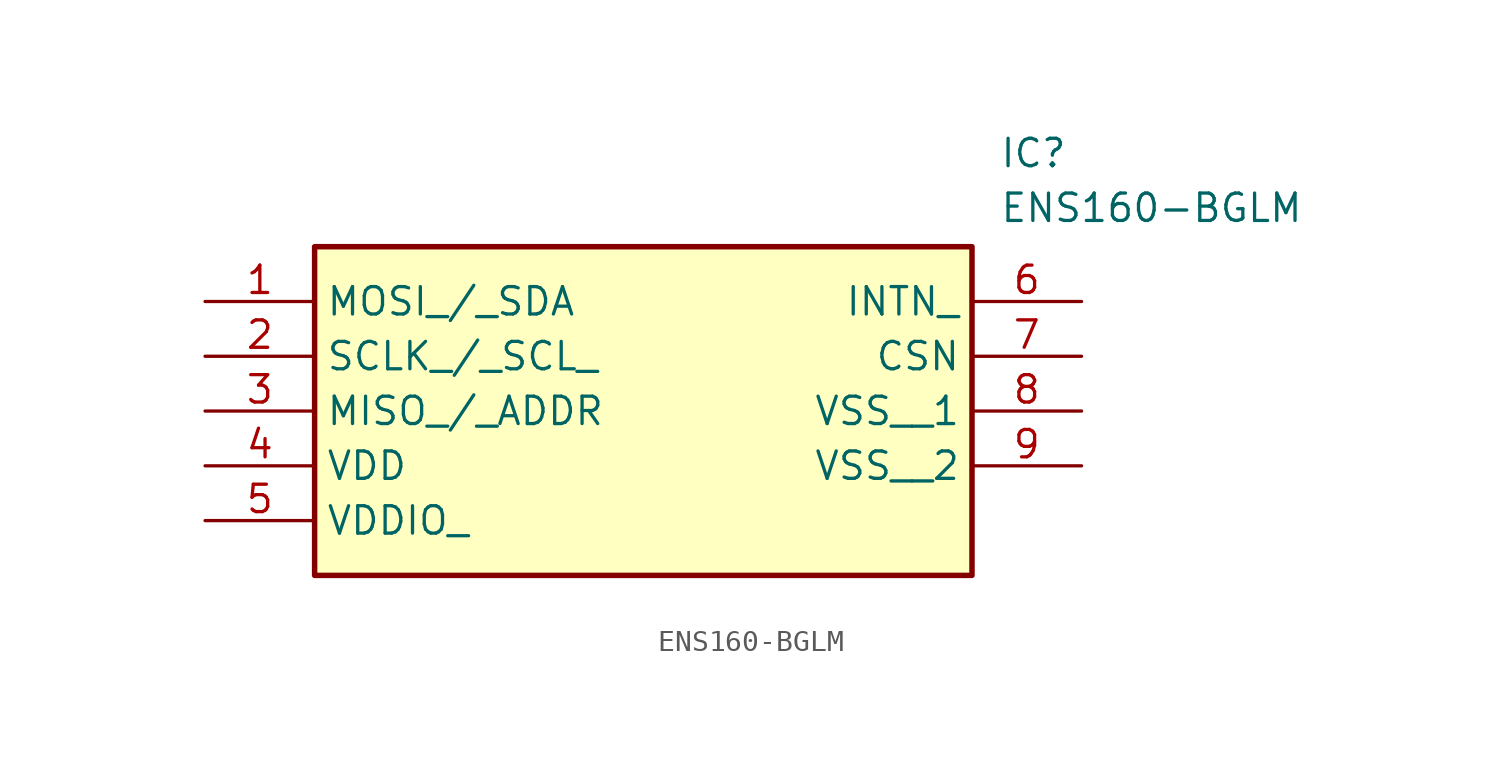
<source format=kicad_sym>
(kicad_symbol_lib
  (version 20211014)
  (generator SamacSys_ECAD_Model)
  (symbol "ENS160-BGLM"
    (property "Reference" "IC"
      (at 36.83 7.62 0)
      (effects (font (size 1.27 1.27)) (justify left top)))
    (property "Value" "ENS160-BGLM"
      (at 36.83 5.08 0)
      (effects (font (size 1.27 1.27)) (justify left top)))
    (rectangle
      (start 5.08 2.54)
      (end 35.56 -12.7)
      (stroke (width 0.254) (type default))
      (fill (type background)))
    (pin passive line
      (at 0 0 0)
      (length 5.08)
      (name "MOSI_/_SDA" (effects (font (size 1.27 1.27))))
      (number "1" (effects (font (size 1.27 1.27)))))
    (pin passive line
      (at 0 -2.54 0)
      (length 5.08)
      (name "SCLK_/_SCL_" (effects (font (size 1.27 1.27))))
      (number "2" (effects (font (size 1.27 1.27)))))
    (pin passive line
      (at 0 -5.08 0)
      (length 5.08)
      (name "MISO_/_ADDR" (effects (font (size 1.27 1.27))))
      (number "3" (effects (font (size 1.27 1.27)))))
    (pin passive line
      (at 0 -7.62 0)
      (length 5.08)
      (name "VDD" (effects (font (size 1.27 1.27))))
      (number "4" (effects (font (size 1.27 1.27)))))
    (pin passive line
      (at 0 -10.16 0)
      (length 5.08)
      (name "VDDIO_" (effects (font (size 1.27 1.27))))
      (number "5" (effects (font (size 1.27 1.27)))))
    (pin passive line
      (at 40.64 0 180)
      (length 5.08)
      (name "INTN_" (effects (font (size 1.27 1.27))))
      (number "6" (effects (font (size 1.27 1.27)))))
    (pin passive line
      (at 40.64 -2.54 180)
      (length 5.08)
      (name "CSN" (effects (font (size 1.27 1.27))))
      (number "7" (effects (font (size 1.27 1.27)))))
    (pin passive line
      (at 40.64 -5.08 180)
      (length 5.08)
      (name "VSS__1" (effects (font (size 1.27 1.27))))
      (number "8" (effects (font (size 1.27 1.27)))))
    (pin passive line
      (at 40.64 -7.62 180)
      (length 5.08)
      (name "VSS__2" (effects (font (size 1.27 1.27))))
      (number "9" (effects (font (size 1.27 1.27)))))))
</source>
